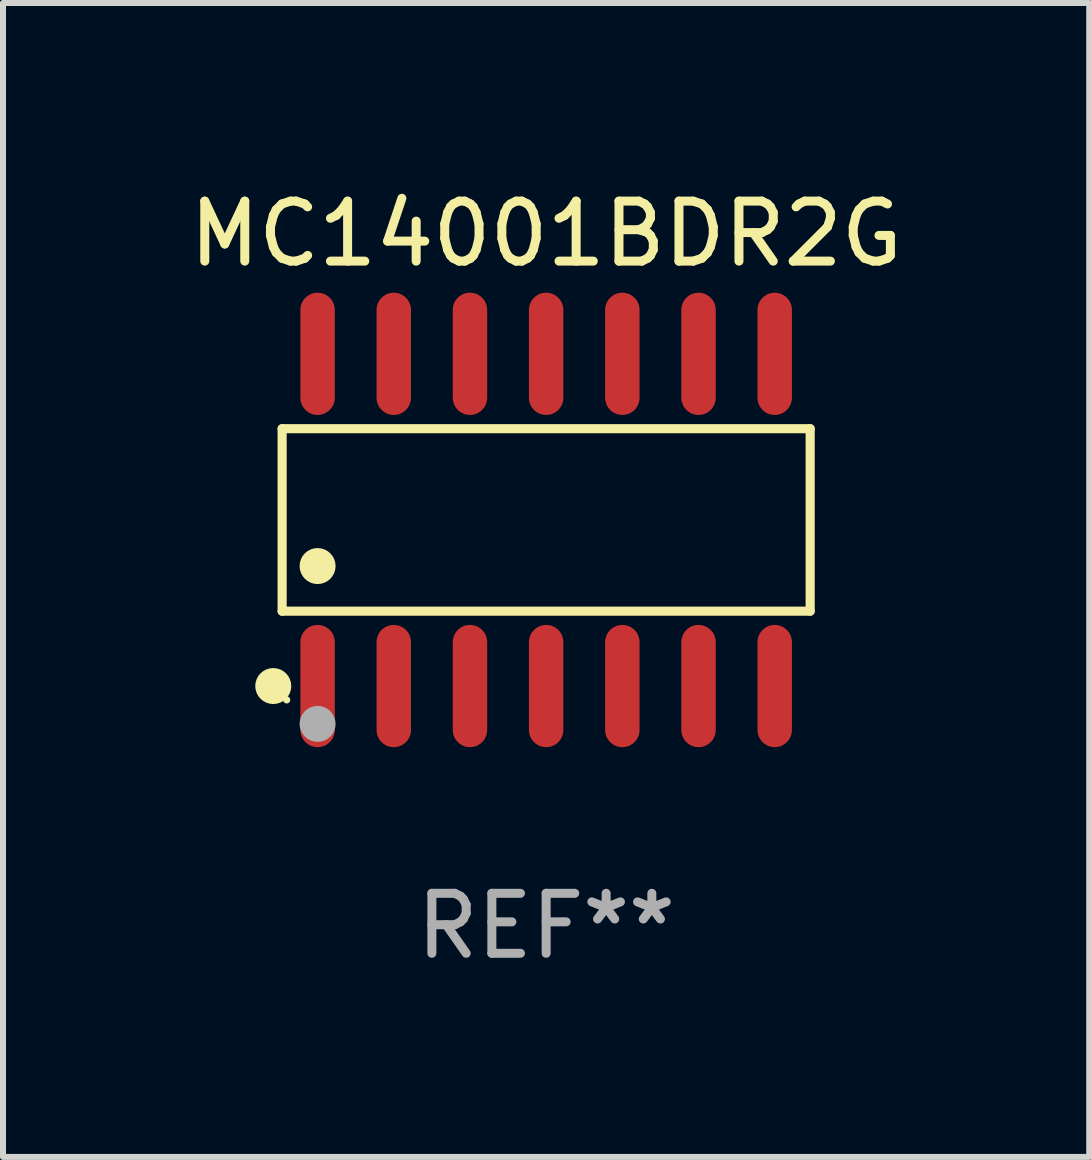
<source format=kicad_pcb>
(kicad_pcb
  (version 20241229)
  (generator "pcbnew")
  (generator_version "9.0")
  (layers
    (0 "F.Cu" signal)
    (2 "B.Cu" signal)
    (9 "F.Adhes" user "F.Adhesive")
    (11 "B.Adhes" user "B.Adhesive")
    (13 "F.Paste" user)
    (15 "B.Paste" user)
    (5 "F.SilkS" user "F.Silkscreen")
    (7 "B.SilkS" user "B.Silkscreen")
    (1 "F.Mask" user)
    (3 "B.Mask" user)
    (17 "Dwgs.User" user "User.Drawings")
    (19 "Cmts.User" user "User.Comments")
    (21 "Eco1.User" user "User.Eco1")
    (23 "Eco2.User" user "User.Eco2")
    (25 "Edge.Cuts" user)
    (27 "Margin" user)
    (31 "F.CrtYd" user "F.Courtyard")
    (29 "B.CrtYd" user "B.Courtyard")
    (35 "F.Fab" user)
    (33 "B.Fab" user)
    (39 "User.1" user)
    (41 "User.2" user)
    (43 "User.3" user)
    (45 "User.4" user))
  (footprint "MC14001BDR2G"
    (layer "F.Cu")
    (at 6.054 5.617)
    (property "Reference" "MC14001BDR2G" (at 0 -4.769 0) (layer "F.SilkS") (effects (font (size 1 1) (thickness 0.15))))
    (attr through_hole)
    (fp_line (start -4.401 -1.521) (end 4.401 -1.521) (stroke (width 0.152) (type solid)) (layer "F.SilkS"))
    (fp_line (start -4.401 1.521) (end -4.401 -1.521) (stroke (width 0.152) (type solid)) (layer "F.SilkS"))
    (fp_line (start 4.401 -1.521) (end 4.401 1.521) (stroke (width 0.152) (type solid)) (layer "F.SilkS"))
    (fp_line (start 4.401 1.521) (end -4.401 1.521) (stroke (width 0.152) (type solid)) (layer "F.SilkS"))
    (fp_circle (center -4.549 2.769) (end -4.399 2.769) (stroke (width 0.3) (type solid)) (fill no) (layer "F.SilkS"))
    (fp_circle (center -4.325 3) (end -4.295 3) (stroke (width 0.06) (type solid)) (fill no) (layer "F.SilkS"))
    (fp_circle (center -3.81 0.769) (end -3.66 0.769) (stroke (width 0.3) (type solid)) (fill no) (layer "F.SilkS"))
    (fp_circle (center -3.81 3.4) (end -3.66 3.4) (stroke (width 0.3) (type solid)) (fill no) (layer "F.Fab"))
    (fp_text user "REF**" (at 0 6.769 0) (layer "F.Fab") (effects (font (size 1 1) (thickness 0.15))))
    (pad "1" smd oval (at -3.81 2.769) (size 0.574 2.038) (layers "F.Cu" "F.Mask" "F.Paste"))
    (pad "2" smd oval (at -2.54 2.769) (size 0.574 2.038) (layers "F.Cu" "F.Mask" "F.Paste"))
    (pad "3" smd oval (at -1.27 2.769) (size 0.574 2.038) (layers "F.Cu" "F.Mask" "F.Paste"))
    (pad "4" smd oval (at 0 2.769) (size 0.574 2.038) (layers "F.Cu" "F.Mask" "F.Paste"))
    (pad "5" smd oval (at 1.27 2.769) (size 0.574 2.038) (layers "F.Cu" "F.Mask" "F.Paste"))
    (pad "6" smd oval (at 2.54 2.769) (size 0.574 2.038) (layers "F.Cu" "F.Mask" "F.Paste"))
    (pad "7" smd oval (at 3.81 2.769) (size 0.574 2.038) (layers "F.Cu" "F.Mask" "F.Paste"))
    (pad "8" smd oval (at 3.81 -2.769) (size 0.574 2.038) (layers "F.Cu" "F.Mask" "F.Paste"))
    (pad "9" smd oval (at 2.54 -2.769) (size 0.574 2.038) (layers "F.Cu" "F.Mask" "F.Paste"))
    (pad "10" smd oval (at 1.27 -2.769) (size 0.574 2.038) (layers "F.Cu" "F.Mask" "F.Paste"))
    (pad "11" smd oval (at 0 -2.769) (size 0.574 2.038) (layers "F.Cu" "F.Mask" "F.Paste"))
    (pad "12" smd oval (at -1.27 -2.769) (size 0.574 2.038) (layers "F.Cu" "F.Mask" "F.Paste"))
    (pad "13" smd oval (at -2.54 -2.769) (size 0.574 2.038) (layers "F.Cu" "F.Mask" "F.Paste"))
    (pad "14" smd oval (at -3.81 -2.769) (size 0.574 2.038) (layers "F.Cu" "F.Mask" "F.Paste")))
  (gr_rect
    (start -3 -3)
    (end 15.107 16.235)
    (stroke (width 0.1) (type default))
    (fill no)
    (layer "Edge.Cuts")))
</source>
